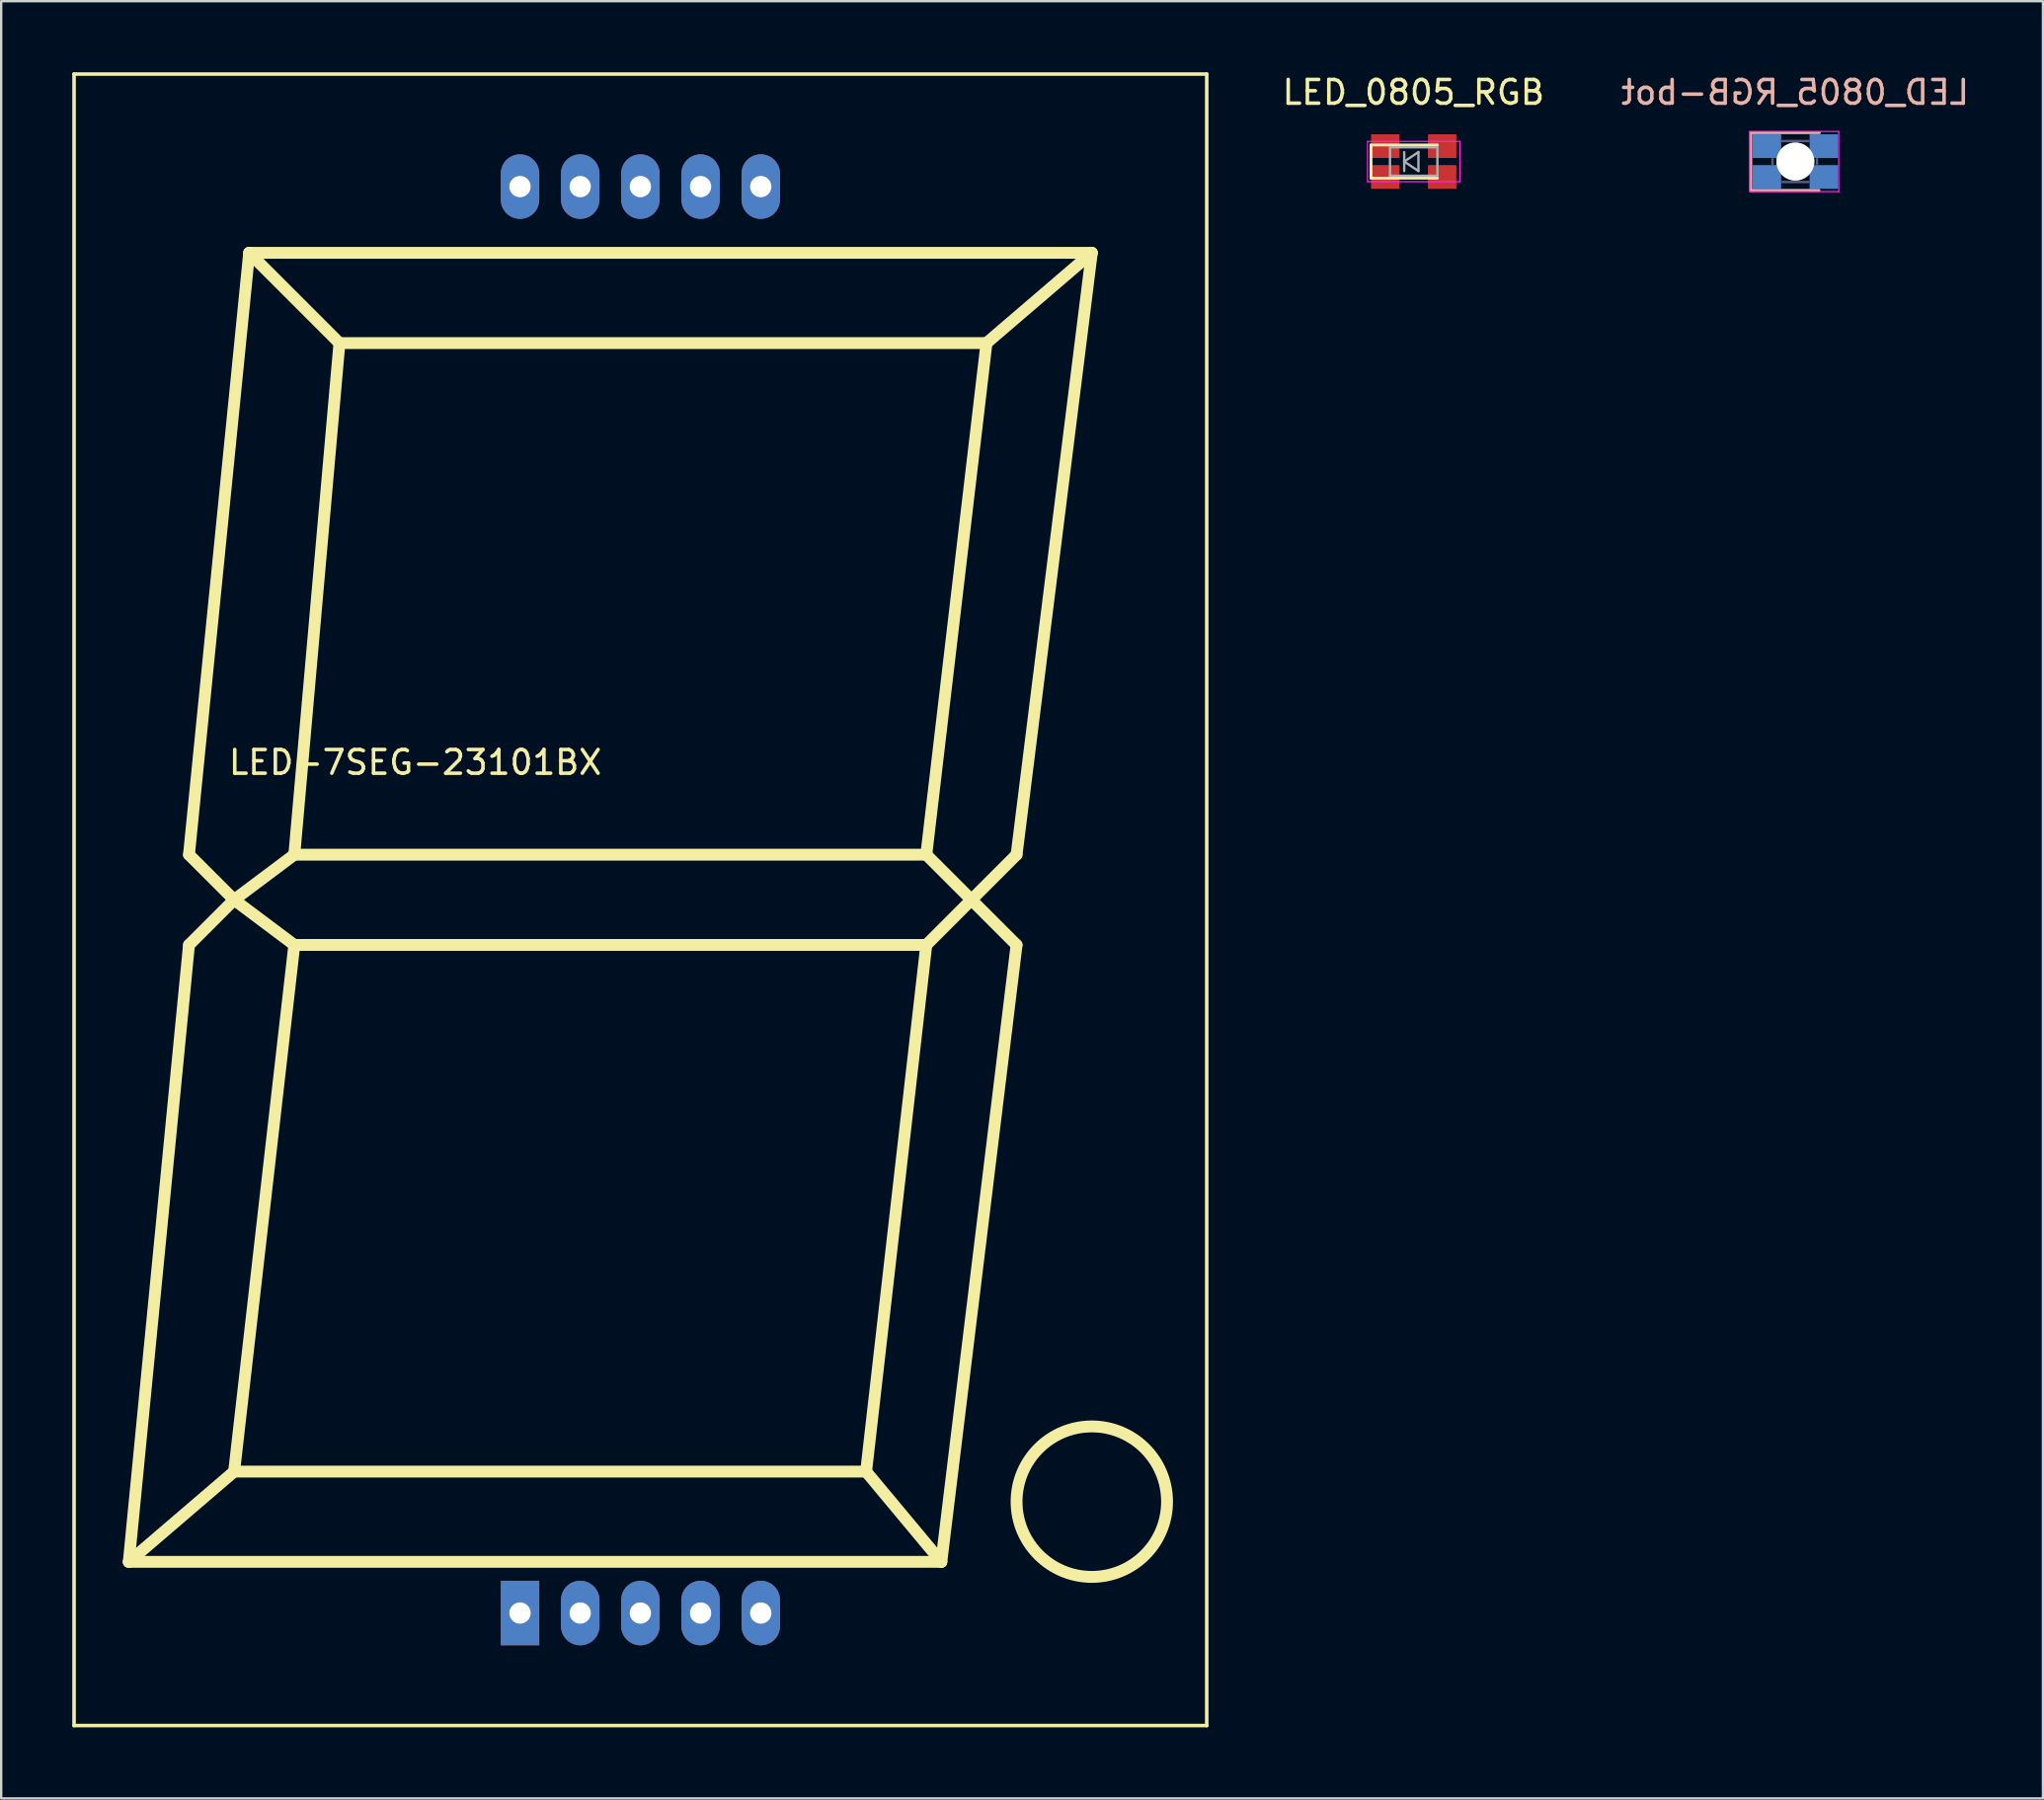
<source format=kicad_pcb>
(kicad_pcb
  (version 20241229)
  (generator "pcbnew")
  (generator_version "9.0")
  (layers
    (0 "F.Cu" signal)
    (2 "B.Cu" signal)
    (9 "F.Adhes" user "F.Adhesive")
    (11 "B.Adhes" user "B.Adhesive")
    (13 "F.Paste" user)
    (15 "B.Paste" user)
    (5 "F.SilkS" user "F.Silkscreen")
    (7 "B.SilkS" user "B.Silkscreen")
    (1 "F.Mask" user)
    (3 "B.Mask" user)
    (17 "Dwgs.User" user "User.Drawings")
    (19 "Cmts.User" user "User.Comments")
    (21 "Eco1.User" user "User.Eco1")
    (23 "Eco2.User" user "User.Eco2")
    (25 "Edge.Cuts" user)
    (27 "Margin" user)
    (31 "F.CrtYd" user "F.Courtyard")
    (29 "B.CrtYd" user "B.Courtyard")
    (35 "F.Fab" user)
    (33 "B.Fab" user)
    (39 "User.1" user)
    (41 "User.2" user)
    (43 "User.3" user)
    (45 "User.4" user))
  (footprint "LED-7SEG-23101BX"
    (layer "F.Cu")
    (at 23.975 34.925)
    (property "Reference" "LED-7SEG-23101BX" (at -9.5 -5.8 0) (layer "F.SilkS") (effects (font (size 1 1) (thickness 0.15))))
    (attr through_hole)
    (fp_line (start -23.9 -34.85) (end -23.9 34.85) (stroke (width 0.15) (type solid)) (layer "F.SilkS"))
    (fp_line (start -23.9 -34.85) (end 23.9 -34.85) (stroke (width 0.15) (type solid)) (layer "F.SilkS"))
    (fp_line (start -21.59 27.94) (end -17.145 24.13) (stroke (width 0.5) (type solid)) (layer "F.SilkS"))
    (fp_line (start -21.59 27.94) (end 12.7 27.94) (stroke (width 0.5) (type solid)) (layer "F.SilkS"))
    (fp_line (start -19.05 -1.905) (end -17.145 0) (stroke (width 0.5) (type solid)) (layer "F.SilkS"))
    (fp_line (start -19.05 -1.905) (end -16.51 -27.305) (stroke (width 0.5) (type solid)) (layer "F.SilkS"))
    (fp_line (start -19.05 1.905) (end -21.59 27.94) (stroke (width 0.5) (type solid)) (layer "F.SilkS"))
    (fp_line (start -17.145 0) (end -19.05 1.905) (stroke (width 0.5) (type solid)) (layer "F.SilkS"))
    (fp_line (start -17.145 0) (end -14.605 -1.905) (stroke (width 0.5) (type solid)) (layer "F.SilkS"))
    (fp_line (start -17.145 0) (end -14.605 1.905) (stroke (width 0.5) (type solid)) (layer "F.SilkS"))
    (fp_line (start -17.145 24.13) (end 9.525 24.13) (stroke (width 0.5) (type solid)) (layer "F.SilkS"))
    (fp_line (start -16.51 -27.305) (end 19.05 -27.305) (stroke (width 0.5) (type solid)) (layer "F.SilkS"))
    (fp_line (start -14.605 -1.905) (end -12.7 -23.495) (stroke (width 0.5) (type solid)) (layer "F.SilkS"))
    (fp_line (start -14.605 -1.905) (end 12.065 -1.905) (stroke (width 0.5) (type solid)) (layer "F.SilkS"))
    (fp_line (start -14.605 1.905) (end -17.145 24.13) (stroke (width 0.5) (type solid)) (layer "F.SilkS"))
    (fp_line (start -14.605 1.905) (end 10.795 1.905) (stroke (width 0.5) (type solid)) (layer "F.SilkS"))
    (fp_line (start -12.7 -23.495) (end -16.51 -27.305) (stroke (width 0.5) (type solid)) (layer "F.SilkS"))
    (fp_line (start -12.7 -23.495) (end 14.605 -23.495) (stroke (width 0.5) (type solid)) (layer "F.SilkS"))
    (fp_line (start 9.525 24.13) (end 12.7 27.94) (stroke (width 0.5) (type solid)) (layer "F.SilkS"))
    (fp_line (start 10.795 1.905) (end 12.065 1.905) (stroke (width 0.5) (type solid)) (layer "F.SilkS"))
    (fp_line (start 12.065 -1.905) (end 13.97 0) (stroke (width 0.5) (type solid)) (layer "F.SilkS"))
    (fp_line (start 12.065 1.905) (end 9.525 24.13) (stroke (width 0.5) (type solid)) (layer "F.SilkS"))
    (fp_line (start 13.97 0) (end 12.065 1.905) (stroke (width 0.5) (type solid)) (layer "F.SilkS"))
    (fp_line (start 13.97 0) (end 15.875 -1.905) (stroke (width 0.5) (type solid)) (layer "F.SilkS"))
    (fp_line (start 13.97 0) (end 15.875 1.905) (stroke (width 0.5) (type solid)) (layer "F.SilkS"))
    (fp_line (start 14.605 -23.495) (end 12.065 -1.905) (stroke (width 0.5) (type solid)) (layer "F.SilkS"))
    (fp_line (start 14.605 -23.495) (end 19.05 -27.305) (stroke (width 0.5) (type solid)) (layer "F.SilkS"))
    (fp_line (start 15.875 1.905) (end 12.7 27.94) (stroke (width 0.5) (type solid)) (layer "F.SilkS"))
    (fp_line (start 19.05 -27.305) (end 15.875 -1.905) (stroke (width 0.5) (type solid)) (layer "F.SilkS"))
    (fp_line (start 23.9 -34.85) (end 23.9 34.85) (stroke (width 0.15) (type solid)) (layer "F.SilkS"))
    (fp_line (start 23.9 34.85) (end -23.9 34.85) (stroke (width 0.15) (type solid)) (layer "F.SilkS"))
    (fp_circle (center 19.05 25.4) (end 17.145 22.86) (stroke (width 0.5) (type solid)) (fill no) (layer "F.SilkS"))
    (pad "1" thru_hole rect (at -5.08 30.1) (size 1.624 2.724) (drill 0.9) (layers "*.Cu" "*.Mask"))
    (pad "2" thru_hole oval (at -2.54 30.1) (size 1.624 2.724) (drill 0.9) (layers "*.Cu" "*.Mask"))
    (pad "3" thru_hole oval (at 0 30.1) (size 1.624 2.724) (drill 0.9) (layers "*.Cu" "*.Mask"))
    (pad "4" thru_hole oval (at 2.54 30.1) (size 1.624 2.724) (drill 0.9) (layers "*.Cu" "*.Mask"))
    (pad "5" thru_hole oval (at 5.08 30.1) (size 1.624 2.724) (drill 0.9) (layers "*.Cu" "*.Mask"))
    (pad "6" thru_hole oval (at 5.08 -30.1) (size 1.624 2.724) (drill 0.9) (layers "*.Cu" "*.Mask"))
    (pad "7" thru_hole oval (at 2.54 -30.1) (size 1.624 2.724) (drill 0.9) (layers "*.Cu" "*.Mask"))
    (pad "8" thru_hole oval (at 0 -30.1) (size 1.624 2.724) (drill 0.9) (layers "*.Cu" "*.Mask"))
    (pad "9" thru_hole oval (at -2.54 -30.1) (size 1.624 2.724) (drill 0.9) (layers "*.Cu" "*.Mask"))
    (pad "10" thru_hole oval (at -5.08 -30.1) (size 1.624 2.724) (drill 0.9) (layers "*.Cu" "*.Mask")))
  (footprint "LED_0805_RGB"
    (layer "F.Cu")
    (at 56.609 3.768)
    (property "Reference" "LED_0805_RGB" (at -0.01 -2.92 0) (layer "F.SilkS") (effects (font (size 1 1) (thickness 0.15))))
    (attr smd)
    (fp_line (start -1.8 -0.7) (end -1.8 0.7) (stroke (width 0.12) (type solid)) (layer "F.SilkS"))
    (fp_line (start -1.8 -0.7) (end 1 -0.7) (stroke (width 0.12) (type solid)) (layer "F.SilkS"))
    (fp_line (start -1.8 0.7) (end 1 0.7) (stroke (width 0.12) (type solid)) (layer "F.SilkS"))
    (fp_line (start -1.95 -0.85) (end 1.95 -0.85) (stroke (width 0.05) (type solid)) (layer "F.CrtYd"))
    (fp_line (start -1.95 0.85) (end -1.95 -0.85) (stroke (width 0.05) (type solid)) (layer "F.CrtYd"))
    (fp_line (start 1.95 -0.85) (end 1.95 0.85) (stroke (width 0.05) (type solid)) (layer "F.CrtYd"))
    (fp_line (start 1.95 0.85) (end -1.95 0.85) (stroke (width 0.05) (type solid)) (layer "F.CrtYd"))
    (fp_line (start -1 -0.6) (end 1 -0.6) (stroke (width 0.1) (type solid)) (layer "F.Fab"))
    (fp_line (start -1 0.6) (end -1 -0.6) (stroke (width 0.1) (type solid)) (layer "F.Fab"))
    (fp_line (start -0.4 -0.4) (end -0.4 0.4) (stroke (width 0.1) (type solid)) (layer "F.Fab"))
    (fp_line (start -0.4 0) (end 0.2 -0.4) (stroke (width 0.1) (type solid)) (layer "F.Fab"))
    (fp_line (start 0.2 -0.4) (end 0.2 0.4) (stroke (width 0.1) (type solid)) (layer "F.Fab"))
    (fp_line (start 0.2 0.4) (end -0.4 0) (stroke (width 0.1) (type solid)) (layer "F.Fab"))
    (fp_line (start 1 -0.6) (end 1 0.6) (stroke (width 0.1) (type solid)) (layer "F.Fab"))
    (fp_line (start 1 0.6) (end -1 0.6) (stroke (width 0.1) (type solid)) (layer "F.Fab"))
    (pad "1" smd rect (at -1.2 -0.65 180) (size 1.2 1) (layers "F.Cu" "F.Mask" "F.Paste"))
    (pad "2" smd rect (at 1.2 -0.65 180) (size 1.2 1) (layers "F.Cu" "F.Mask" "F.Paste"))
    (pad "3" smd rect (at -1.2 0.65 180) (size 1.2 1) (layers "F.Cu" "F.Mask" "F.Paste"))
    (pad "4" smd rect (at 1.2 0.65 180) (size 1.2 1) (layers "F.Cu" "F.Mask" "F.Paste")))
  (footprint "LED_0805_RGB-bot"
    (layer "F.Cu")
    (at 72.716 3.768)
    (property "Reference" "LED_0805_RGB-bot" (at -0.01 -2.92 0) (layer "B.SilkS") (effects (font (size 1 1) (thickness 0.15)) (justify mirror)))
    (attr smd)
    (fp_line (start -1.88 -1.219) (end -1.88 1.219) (stroke (width 0.12) (type solid)) (layer "B.SilkS"))
    (fp_line (start -1.88 -1.219) (end 1.016 -1.219) (stroke (width 0.12) (type solid)) (layer "B.SilkS"))
    (fp_line (start -1.88 1.219) (end 1 1.219) (stroke (width 0.12) (type solid)) (layer "B.SilkS"))
    (fp_line (start -1.93 -1.27) (end 1.829 -1.27) (stroke (width 0.05) (type solid)) (layer "F.CrtYd"))
    (fp_line (start -1.93 1.27) (end -1.93 -1.27) (stroke (width 0.05) (type solid)) (layer "F.CrtYd"))
    (fp_line (start 1.829 -1.27) (end 1.829 1.27) (stroke (width 0.05) (type solid)) (layer "F.CrtYd"))
    (fp_line (start 1.829 1.27) (end -1.93 1.27) (stroke (width 0.05) (type solid)) (layer "F.CrtYd"))
    (fp_line (start -0.965 0.102) (end -0.965 -0.102) (stroke (width 0.1) (type solid)) (layer "B.Fab"))
    (fp_line (start -0.559 -0.864) (end 0.559 -0.864) (stroke (width 0.1) (type solid)) (layer "B.Fab"))
    (fp_line (start 0.559 0.864) (end -0.559 0.864) (stroke (width 0.1) (type solid)) (layer "B.Fab"))
    (fp_line (start 0.914 -0.102) (end 0.914 0.102) (stroke (width 0.1) (type solid)) (layer "B.Fab"))
    (fp_line (start -0.4 -0.4) (end -0.4 0.4) (stroke (width 0.1) (type solid)) (layer "F.Fab"))
    (fp_line (start -0.4 0) (end 0.2 -0.4) (stroke (width 0.1) (type solid)) (layer "F.Fab"))
    (fp_line (start 0.2 -0.4) (end 0.2 0.4) (stroke (width 0.1) (type solid)) (layer "F.Fab"))
    (fp_line (start 0.2 0.4) (end -0.4 0) (stroke (width 0.1) (type solid)) (layer "F.Fab"))
    (pad "0" thru_hole circle (at 0 0 180) (size 1.6 1.6) (drill 1.6) (layers "*.Cu" "*.Mask"))
    (pad "1" smd rect (at -1.2 -0.65 180) (size 1.2 1) (layers "B.Cu" "B.Mask" "B.Paste"))
    (pad "2" smd rect (at -1.2 0.65 180) (size 1.2 1) (layers "B.Cu" "B.Mask" "B.Paste"))
    (pad "3" smd rect (at 1.2 -0.65 180) (size 1.2 1) (layers "B.Cu" "B.Mask" "B.Paste"))
    (pad "4" smd rect (at 1.2 0.65 180) (size 1.2 1) (layers "B.Cu" "B.Mask" "B.Paste")))
  (gr_rect
    (start -3 -3)
    (end 83.164 72.85)
    (stroke (width 0.1) (type default))
    (fill no)
    (layer "Edge.Cuts")))
</source>
